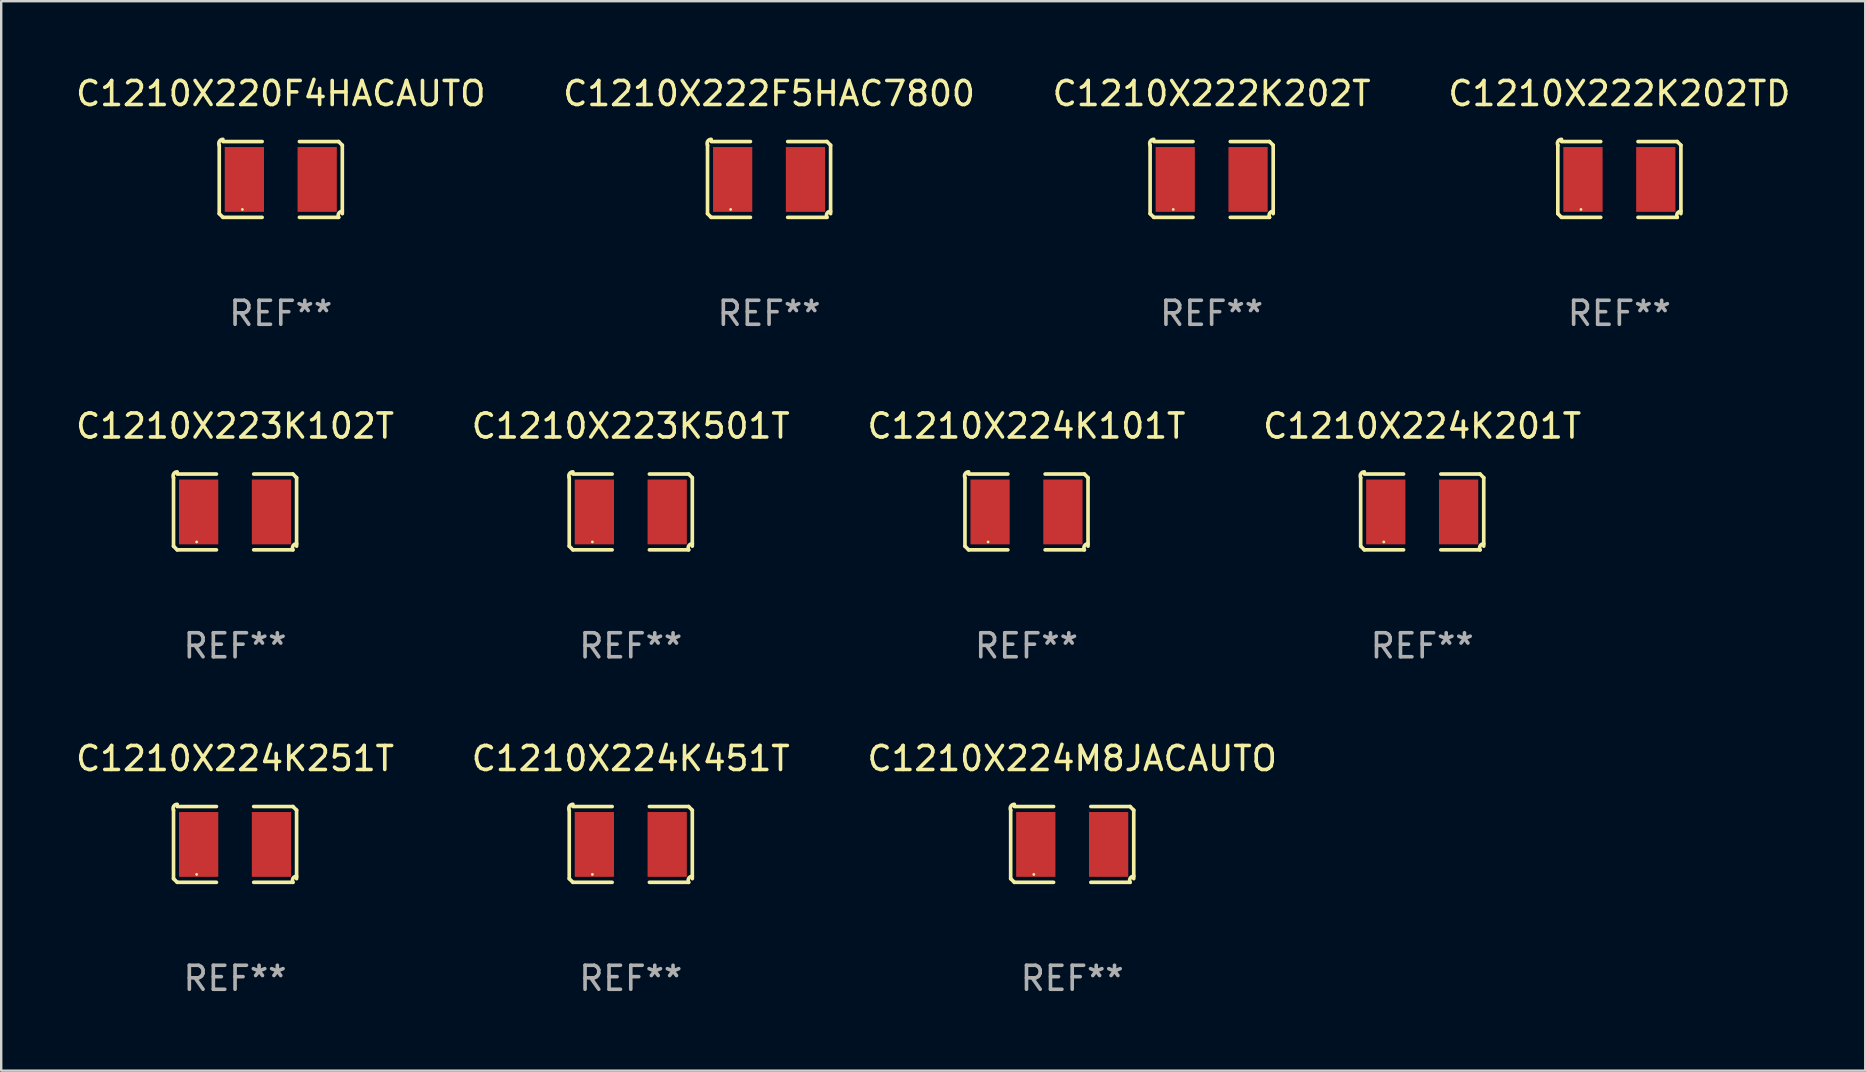
<source format=kicad_pcb>
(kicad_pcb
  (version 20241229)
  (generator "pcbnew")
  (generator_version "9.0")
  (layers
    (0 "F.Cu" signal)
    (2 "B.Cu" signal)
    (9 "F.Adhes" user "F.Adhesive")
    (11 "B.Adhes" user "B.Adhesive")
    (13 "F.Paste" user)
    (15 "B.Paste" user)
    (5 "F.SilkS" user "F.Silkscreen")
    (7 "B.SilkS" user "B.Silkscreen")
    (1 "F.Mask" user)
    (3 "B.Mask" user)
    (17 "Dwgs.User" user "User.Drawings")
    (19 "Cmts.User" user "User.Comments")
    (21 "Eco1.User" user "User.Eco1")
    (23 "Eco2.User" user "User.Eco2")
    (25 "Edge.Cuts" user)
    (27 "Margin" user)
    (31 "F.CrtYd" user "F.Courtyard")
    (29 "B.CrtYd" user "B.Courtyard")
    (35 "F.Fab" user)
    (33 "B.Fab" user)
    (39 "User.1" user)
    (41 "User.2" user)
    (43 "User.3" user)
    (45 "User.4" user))
  (footprint "C1210X223K501T"
    (layer "F.Cu")
    (at 23.232 18.281)
    (property "Reference" "C1210X223K501T" (at 0 -3.579 0) (layer "F.SilkS") (effects (font (size 1 1) (thickness 0.15))))
    (attr through_hole)
    (fp_line (start -2.564 1.426) (end -2.564 -1.426) (stroke (width 0.152) (type solid)) (layer "F.SilkS"))
    (fp_line (start -2.411 -1.579) (end -0.776 -1.579) (stroke (width 0.152) (type solid)) (layer "F.SilkS"))
    (fp_line (start -0.776 1.579) (end -2.411 1.579) (stroke (width 0.152) (type solid)) (layer "F.SilkS"))
    (fp_line (start 0.776 1.579) (end 2.411 1.579) (stroke (width 0.152) (type solid)) (layer "F.SilkS"))
    (fp_line (start 2.411 -1.579) (end 0.776 -1.579) (stroke (width 0.152) (type solid)) (layer "F.SilkS"))
    (fp_line (start 2.564 1.426) (end 2.564 -1.426) (stroke (width 0.152) (type solid)) (layer "F.SilkS"))
    (fp_arc (start -2.563602 -1.426213) (mid -2.555597 -1.591233) (end -2.411201 -1.671518) (stroke (width 0.1524) (type solid)) (layer "F.SilkS"))
    (fp_arc (start -2.5636 1.426214) (mid -2.487389 1.502402) (end -2.411201 1.578613) (stroke (width 0.1524) (type solid)) (layer "F.SilkS"))
    (fp_arc (start 2.411197 -1.578618) (mid 2.487403 -1.502419) (end 2.563602 -1.426213) (stroke (width 0.1524) (type solid)) (layer "F.SilkS"))
    (fp_arc (start 2.411201 1.578613) (mid 2.416214 1.409455) (end 2.563602 1.32629) (stroke (width 0.1524) (type solid)) (layer "F.SilkS"))
    (fp_circle (center -1.6 1.25) (end -1.57 1.25) (stroke (width 0.06) (type solid)) (fill no) (layer "F.SilkS"))
    (fp_text user "REF**" (at 0 5.579 0) (layer "F.Fab") (effects (font (size 1 1) (thickness 0.15))))
    (pad "1" smd rect (at -1.517 0) (size 1.635 2.7) (layers "F.Cu" "F.Mask" "F.Paste"))
    (pad "2" smd rect (at 1.517 0) (size 1.635 2.7) (layers "F.Cu" "F.Mask" "F.Paste")))
  (footprint "C1210X222K202T"
    (layer "F.Cu")
    (at 47.435 4.427)
    (property "Reference" "C1210X222K202T" (at 0 -3.579 0) (layer "F.SilkS") (effects (font (size 1 1) (thickness 0.15))))
    (attr through_hole)
    (fp_line (start -2.564 1.426) (end -2.564 -1.426) (stroke (width 0.152) (type solid)) (layer "F.SilkS"))
    (fp_line (start -2.411 -1.579) (end -0.776 -1.579) (stroke (width 0.152) (type solid)) (layer "F.SilkS"))
    (fp_line (start -0.776 1.579) (end -2.411 1.579) (stroke (width 0.152) (type solid)) (layer "F.SilkS"))
    (fp_line (start 0.776 1.579) (end 2.411 1.579) (stroke (width 0.152) (type solid)) (layer "F.SilkS"))
    (fp_line (start 2.411 -1.579) (end 0.776 -1.579) (stroke (width 0.152) (type solid)) (layer "F.SilkS"))
    (fp_line (start 2.564 1.426) (end 2.564 -1.426) (stroke (width 0.152) (type solid)) (layer "F.SilkS"))
    (fp_arc (start -2.563602 -1.426213) (mid -2.555597 -1.591233) (end -2.411201 -1.671518) (stroke (width 0.1524) (type solid)) (layer "F.SilkS"))
    (fp_arc (start -2.5636 1.426214) (mid -2.487389 1.502402) (end -2.411201 1.578613) (stroke (width 0.1524) (type solid)) (layer "F.SilkS"))
    (fp_arc (start 2.411197 -1.578618) (mid 2.487403 -1.502419) (end 2.563602 -1.426213) (stroke (width 0.1524) (type solid)) (layer "F.SilkS"))
    (fp_arc (start 2.411201 1.578613) (mid 2.416214 1.409455) (end 2.563602 1.32629) (stroke (width 0.1524) (type solid)) (layer "F.SilkS"))
    (fp_circle (center -1.6 1.25) (end -1.57 1.25) (stroke (width 0.06) (type solid)) (fill no) (layer "F.SilkS"))
    (fp_text user "REF**" (at 0 5.579 0) (layer "F.Fab") (effects (font (size 1 1) (thickness 0.15))))
    (pad "1" smd rect (at -1.517 0) (size 1.635 2.7) (layers "F.Cu" "F.Mask" "F.Paste"))
    (pad "2" smd rect (at 1.517 0) (size 1.635 2.7) (layers "F.Cu" "F.Mask" "F.Paste")))
  (footprint "C1210X222K202TD"
    (layer "F.Cu")
    (at 64.423 4.427)
    (property "Reference" "C1210X222K202TD" (at 0 -3.579 0) (layer "F.SilkS") (effects (font (size 1 1) (thickness 0.15))))
    (attr through_hole)
    (fp_line (start -2.564 1.426) (end -2.564 -1.426) (stroke (width 0.152) (type solid)) (layer "F.SilkS"))
    (fp_line (start -2.411 -1.579) (end -0.776 -1.579) (stroke (width 0.152) (type solid)) (layer "F.SilkS"))
    (fp_line (start -0.776 1.579) (end -2.411 1.579) (stroke (width 0.152) (type solid)) (layer "F.SilkS"))
    (fp_line (start 0.776 1.579) (end 2.411 1.579) (stroke (width 0.152) (type solid)) (layer "F.SilkS"))
    (fp_line (start 2.411 -1.579) (end 0.776 -1.579) (stroke (width 0.152) (type solid)) (layer "F.SilkS"))
    (fp_line (start 2.564 1.426) (end 2.564 -1.426) (stroke (width 0.152) (type solid)) (layer "F.SilkS"))
    (fp_arc (start -2.563602 -1.426213) (mid -2.555597 -1.591233) (end -2.411201 -1.671518) (stroke (width 0.1524) (type solid)) (layer "F.SilkS"))
    (fp_arc (start -2.5636 1.426214) (mid -2.487389 1.502402) (end -2.411201 1.578613) (stroke (width 0.1524) (type solid)) (layer "F.SilkS"))
    (fp_arc (start 2.411197 -1.578618) (mid 2.487403 -1.502419) (end 2.563602 -1.426213) (stroke (width 0.1524) (type solid)) (layer "F.SilkS"))
    (fp_arc (start 2.411201 1.578613) (mid 2.416214 1.409455) (end 2.563602 1.32629) (stroke (width 0.1524) (type solid)) (layer "F.SilkS"))
    (fp_circle (center -1.6 1.25) (end -1.57 1.25) (stroke (width 0.06) (type solid)) (fill no) (layer "F.SilkS"))
    (fp_text user "REF**" (at 0 5.579 0) (layer "F.Fab") (effects (font (size 1 1) (thickness 0.15))))
    (pad "1" smd rect (at -1.517 0) (size 1.635 2.7) (layers "F.Cu" "F.Mask" "F.Paste"))
    (pad "2" smd rect (at 1.517 0) (size 1.635 2.7) (layers "F.Cu" "F.Mask" "F.Paste")))
  (footprint "C1210X224M8JACAUTO"
    (layer "F.Cu")
    (at 41.625 32.134)
    (property "Reference" "C1210X224M8JACAUTO" (at 0 -3.579 0) (layer "F.SilkS") (effects (font (size 1 1) (thickness 0.15))))
    (attr through_hole)
    (fp_line (start -2.564 1.426) (end -2.564 -1.426) (stroke (width 0.152) (type solid)) (layer "F.SilkS"))
    (fp_line (start -2.411 -1.579) (end -0.776 -1.579) (stroke (width 0.152) (type solid)) (layer "F.SilkS"))
    (fp_line (start -0.776 1.579) (end -2.411 1.579) (stroke (width 0.152) (type solid)) (layer "F.SilkS"))
    (fp_line (start 0.776 1.579) (end 2.411 1.579) (stroke (width 0.152) (type solid)) (layer "F.SilkS"))
    (fp_line (start 2.411 -1.579) (end 0.776 -1.579) (stroke (width 0.152) (type solid)) (layer "F.SilkS"))
    (fp_line (start 2.564 1.426) (end 2.564 -1.426) (stroke (width 0.152) (type solid)) (layer "F.SilkS"))
    (fp_arc (start -2.563602 -1.426213) (mid -2.555597 -1.591233) (end -2.411201 -1.671518) (stroke (width 0.1524) (type solid)) (layer "F.SilkS"))
    (fp_arc (start -2.5636 1.426214) (mid -2.487389 1.502402) (end -2.411201 1.578613) (stroke (width 0.1524) (type solid)) (layer "F.SilkS"))
    (fp_arc (start 2.411197 -1.578618) (mid 2.487403 -1.502419) (end 2.563602 -1.426213) (stroke (width 0.1524) (type solid)) (layer "F.SilkS"))
    (fp_arc (start 2.411201 1.578613) (mid 2.416214 1.409455) (end 2.563602 1.32629) (stroke (width 0.1524) (type solid)) (layer "F.SilkS"))
    (fp_circle (center -1.6 1.25) (end -1.57 1.25) (stroke (width 0.06) (type solid)) (fill no) (layer "F.SilkS"))
    (fp_text user "REF**" (at 0 5.579 0) (layer "F.Fab") (effects (font (size 1 1) (thickness 0.15))))
    (pad "1" smd rect (at -1.517 0) (size 1.635 2.7) (layers "F.Cu" "F.Mask" "F.Paste"))
    (pad "2" smd rect (at 1.517 0) (size 1.635 2.7) (layers "F.Cu" "F.Mask" "F.Paste")))
  (footprint "C1210X220F4HACAUTO"
    (layer "F.Cu")
    (at 8.649 4.427)
    (property "Reference" "C1210X220F4HACAUTO" (at 0 -3.579 0) (layer "F.SilkS") (effects (font (size 1 1) (thickness 0.15))))
    (attr through_hole)
    (fp_line (start -2.564 1.426) (end -2.564 -1.426) (stroke (width 0.152) (type solid)) (layer "F.SilkS"))
    (fp_line (start -2.411 -1.579) (end -0.776 -1.579) (stroke (width 0.152) (type solid)) (layer "F.SilkS"))
    (fp_line (start -0.776 1.579) (end -2.411 1.579) (stroke (width 0.152) (type solid)) (layer "F.SilkS"))
    (fp_line (start 0.776 1.579) (end 2.411 1.579) (stroke (width 0.152) (type solid)) (layer "F.SilkS"))
    (fp_line (start 2.411 -1.579) (end 0.776 -1.579) (stroke (width 0.152) (type solid)) (layer "F.SilkS"))
    (fp_line (start 2.564 1.426) (end 2.564 -1.426) (stroke (width 0.152) (type solid)) (layer "F.SilkS"))
    (fp_arc (start -2.563602 -1.426213) (mid -2.555597 -1.591233) (end -2.411201 -1.671518) (stroke (width 0.1524) (type solid)) (layer "F.SilkS"))
    (fp_arc (start -2.5636 1.426214) (mid -2.487389 1.502402) (end -2.411201 1.578613) (stroke (width 0.1524) (type solid)) (layer "F.SilkS"))
    (fp_arc (start 2.411197 -1.578618) (mid 2.487403 -1.502419) (end 2.563602 -1.426213) (stroke (width 0.1524) (type solid)) (layer "F.SilkS"))
    (fp_arc (start 2.411201 1.578613) (mid 2.416214 1.409455) (end 2.563602 1.32629) (stroke (width 0.1524) (type solid)) (layer "F.SilkS"))
    (fp_circle (center -1.6 1.25) (end -1.57 1.25) (stroke (width 0.06) (type solid)) (fill no) (layer "F.SilkS"))
    (fp_text user "REF**" (at 0 5.579 0) (layer "F.Fab") (effects (font (size 1 1) (thickness 0.15))))
    (pad "1" smd rect (at -1.517 0) (size 1.635 2.7) (layers "F.Cu" "F.Mask" "F.Paste"))
    (pad "2" smd rect (at 1.517 0) (size 1.635 2.7) (layers "F.Cu" "F.Mask" "F.Paste")))
  (footprint "C1210X224K251T"
    (layer "F.Cu")
    (at 6.744 32.134)
    (property "Reference" "C1210X224K251T" (at 0 -3.579 0) (layer "F.SilkS") (effects (font (size 1 1) (thickness 0.15))))
    (attr through_hole)
    (fp_line (start -2.564 1.426) (end -2.564 -1.426) (stroke (width 0.152) (type solid)) (layer "F.SilkS"))
    (fp_line (start -2.411 -1.579) (end -0.776 -1.579) (stroke (width 0.152) (type solid)) (layer "F.SilkS"))
    (fp_line (start -0.776 1.579) (end -2.411 1.579) (stroke (width 0.152) (type solid)) (layer "F.SilkS"))
    (fp_line (start 0.776 1.579) (end 2.411 1.579) (stroke (width 0.152) (type solid)) (layer "F.SilkS"))
    (fp_line (start 2.411 -1.579) (end 0.776 -1.579) (stroke (width 0.152) (type solid)) (layer "F.SilkS"))
    (fp_line (start 2.564 1.426) (end 2.564 -1.426) (stroke (width 0.152) (type solid)) (layer "F.SilkS"))
    (fp_arc (start -2.563602 -1.426213) (mid -2.555597 -1.591233) (end -2.411201 -1.671518) (stroke (width 0.1524) (type solid)) (layer "F.SilkS"))
    (fp_arc (start -2.5636 1.426214) (mid -2.487389 1.502402) (end -2.411201 1.578613) (stroke (width 0.1524) (type solid)) (layer "F.SilkS"))
    (fp_arc (start 2.411197 -1.578618) (mid 2.487403 -1.502419) (end 2.563602 -1.426213) (stroke (width 0.1524) (type solid)) (layer "F.SilkS"))
    (fp_arc (start 2.411201 1.578613) (mid 2.416214 1.409455) (end 2.563602 1.32629) (stroke (width 0.1524) (type solid)) (layer "F.SilkS"))
    (fp_circle (center -1.6 1.25) (end -1.57 1.25) (stroke (width 0.06) (type solid)) (fill no) (layer "F.SilkS"))
    (fp_text user "REF**" (at 0 5.579 0) (layer "F.Fab") (effects (font (size 1 1) (thickness 0.15))))
    (pad "1" smd rect (at -1.517 0) (size 1.635 2.7) (layers "F.Cu" "F.Mask" "F.Paste"))
    (pad "2" smd rect (at 1.517 0) (size 1.635 2.7) (layers "F.Cu" "F.Mask" "F.Paste")))
  (footprint "C1210X223K102T"
    (layer "F.Cu")
    (at 6.744 18.281)
    (property "Reference" "C1210X223K102T" (at 0 -3.579 0) (layer "F.SilkS") (effects (font (size 1 1) (thickness 0.15))))
    (attr through_hole)
    (fp_line (start -2.564 1.426) (end -2.564 -1.426) (stroke (width 0.152) (type solid)) (layer "F.SilkS"))
    (fp_line (start -2.411 -1.579) (end -0.776 -1.579) (stroke (width 0.152) (type solid)) (layer "F.SilkS"))
    (fp_line (start -0.776 1.579) (end -2.411 1.579) (stroke (width 0.152) (type solid)) (layer "F.SilkS"))
    (fp_line (start 0.776 1.579) (end 2.411 1.579) (stroke (width 0.152) (type solid)) (layer "F.SilkS"))
    (fp_line (start 2.411 -1.579) (end 0.776 -1.579) (stroke (width 0.152) (type solid)) (layer "F.SilkS"))
    (fp_line (start 2.564 1.426) (end 2.564 -1.426) (stroke (width 0.152) (type solid)) (layer "F.SilkS"))
    (fp_arc (start -2.563602 -1.426213) (mid -2.555597 -1.591233) (end -2.411201 -1.671518) (stroke (width 0.1524) (type solid)) (layer "F.SilkS"))
    (fp_arc (start -2.5636 1.426214) (mid -2.487389 1.502402) (end -2.411201 1.578613) (stroke (width 0.1524) (type solid)) (layer "F.SilkS"))
    (fp_arc (start 2.411197 -1.578618) (mid 2.487403 -1.502419) (end 2.563602 -1.426213) (stroke (width 0.1524) (type solid)) (layer "F.SilkS"))
    (fp_arc (start 2.411201 1.578613) (mid 2.416214 1.409455) (end 2.563602 1.32629) (stroke (width 0.1524) (type solid)) (layer "F.SilkS"))
    (fp_circle (center -1.6 1.25) (end -1.57 1.25) (stroke (width 0.06) (type solid)) (fill no) (layer "F.SilkS"))
    (fp_text user "REF**" (at 0 5.579 0) (layer "F.Fab") (effects (font (size 1 1) (thickness 0.15))))
    (pad "1" smd rect (at -1.517 0) (size 1.635 2.7) (layers "F.Cu" "F.Mask" "F.Paste"))
    (pad "2" smd rect (at 1.517 0) (size 1.635 2.7) (layers "F.Cu" "F.Mask" "F.Paste")))
  (footprint "C1210X224K451T"
    (layer "F.Cu")
    (at 23.232 32.134)
    (property "Reference" "C1210X224K451T" (at 0 -3.579 0) (layer "F.SilkS") (effects (font (size 1 1) (thickness 0.15))))
    (attr through_hole)
    (fp_line (start -2.564 1.426) (end -2.564 -1.426) (stroke (width 0.152) (type solid)) (layer "F.SilkS"))
    (fp_line (start -2.411 -1.579) (end -0.776 -1.579) (stroke (width 0.152) (type solid)) (layer "F.SilkS"))
    (fp_line (start -0.776 1.579) (end -2.411 1.579) (stroke (width 0.152) (type solid)) (layer "F.SilkS"))
    (fp_line (start 0.776 1.579) (end 2.411 1.579) (stroke (width 0.152) (type solid)) (layer "F.SilkS"))
    (fp_line (start 2.411 -1.579) (end 0.776 -1.579) (stroke (width 0.152) (type solid)) (layer "F.SilkS"))
    (fp_line (start 2.564 1.426) (end 2.564 -1.426) (stroke (width 0.152) (type solid)) (layer "F.SilkS"))
    (fp_arc (start -2.563602 -1.426213) (mid -2.555597 -1.591233) (end -2.411201 -1.671518) (stroke (width 0.1524) (type solid)) (layer "F.SilkS"))
    (fp_arc (start -2.5636 1.426214) (mid -2.487389 1.502402) (end -2.411201 1.578613) (stroke (width 0.1524) (type solid)) (layer "F.SilkS"))
    (fp_arc (start 2.411197 -1.578618) (mid 2.487403 -1.502419) (end 2.563602 -1.426213) (stroke (width 0.1524) (type solid)) (layer "F.SilkS"))
    (fp_arc (start 2.411201 1.578613) (mid 2.416214 1.409455) (end 2.563602 1.32629) (stroke (width 0.1524) (type solid)) (layer "F.SilkS"))
    (fp_circle (center -1.6 1.25) (end -1.57 1.25) (stroke (width 0.06) (type solid)) (fill no) (layer "F.SilkS"))
    (fp_text user "REF**" (at 0 5.579 0) (layer "F.Fab") (effects (font (size 1 1) (thickness 0.15))))
    (pad "1" smd rect (at -1.517 0) (size 1.635 2.7) (layers "F.Cu" "F.Mask" "F.Paste"))
    (pad "2" smd rect (at 1.517 0) (size 1.635 2.7) (layers "F.Cu" "F.Mask" "F.Paste")))
  (footprint "C1210X222F5HAC7800"
    (layer "F.Cu")
    (at 28.994 4.427)
    (property "Reference" "C1210X222F5HAC7800" (at 0 -3.579 0) (layer "F.SilkS") (effects (font (size 1 1) (thickness 0.15))))
    (attr through_hole)
    (fp_line (start -2.564 1.426) (end -2.564 -1.426) (stroke (width 0.152) (type solid)) (layer "F.SilkS"))
    (fp_line (start -2.411 -1.579) (end -0.776 -1.579) (stroke (width 0.152) (type solid)) (layer "F.SilkS"))
    (fp_line (start -0.776 1.579) (end -2.411 1.579) (stroke (width 0.152) (type solid)) (layer "F.SilkS"))
    (fp_line (start 0.776 1.579) (end 2.411 1.579) (stroke (width 0.152) (type solid)) (layer "F.SilkS"))
    (fp_line (start 2.411 -1.579) (end 0.776 -1.579) (stroke (width 0.152) (type solid)) (layer "F.SilkS"))
    (fp_line (start 2.564 1.426) (end 2.564 -1.426) (stroke (width 0.152) (type solid)) (layer "F.SilkS"))
    (fp_arc (start -2.563602 -1.426213) (mid -2.555597 -1.591233) (end -2.411201 -1.671518) (stroke (width 0.1524) (type solid)) (layer "F.SilkS"))
    (fp_arc (start -2.5636 1.426214) (mid -2.487389 1.502402) (end -2.411201 1.578613) (stroke (width 0.1524) (type solid)) (layer "F.SilkS"))
    (fp_arc (start 2.411197 -1.578618) (mid 2.487403 -1.502419) (end 2.563602 -1.426213) (stroke (width 0.1524) (type solid)) (layer "F.SilkS"))
    (fp_arc (start 2.411201 1.578613) (mid 2.416214 1.409455) (end 2.563602 1.32629) (stroke (width 0.1524) (type solid)) (layer "F.SilkS"))
    (fp_circle (center -1.6 1.25) (end -1.57 1.25) (stroke (width 0.06) (type solid)) (fill no) (layer "F.SilkS"))
    (fp_text user "REF**" (at 0 5.579 0) (layer "F.Fab") (effects (font (size 1 1) (thickness 0.15))))
    (pad "1" smd rect (at -1.517 0) (size 1.635 2.7) (layers "F.Cu" "F.Mask" "F.Paste"))
    (pad "2" smd rect (at 1.517 0) (size 1.635 2.7) (layers "F.Cu" "F.Mask" "F.Paste")))
  (footprint "C1210X224K201T"
    (layer "F.Cu")
    (at 56.208 18.281)
    (property "Reference" "C1210X224K201T" (at 0 -3.579 0) (layer "F.SilkS") (effects (font (size 1 1) (thickness 0.15))))
    (attr through_hole)
    (fp_line (start -2.564 1.426) (end -2.564 -1.426) (stroke (width 0.152) (type solid)) (layer "F.SilkS"))
    (fp_line (start -2.411 -1.579) (end -0.776 -1.579) (stroke (width 0.152) (type solid)) (layer "F.SilkS"))
    (fp_line (start -0.776 1.579) (end -2.411 1.579) (stroke (width 0.152) (type solid)) (layer "F.SilkS"))
    (fp_line (start 0.776 1.579) (end 2.411 1.579) (stroke (width 0.152) (type solid)) (layer "F.SilkS"))
    (fp_line (start 2.411 -1.579) (end 0.776 -1.579) (stroke (width 0.152) (type solid)) (layer "F.SilkS"))
    (fp_line (start 2.564 1.426) (end 2.564 -1.426) (stroke (width 0.152) (type solid)) (layer "F.SilkS"))
    (fp_arc (start -2.563602 -1.426213) (mid -2.555597 -1.591233) (end -2.411201 -1.671518) (stroke (width 0.1524) (type solid)) (layer "F.SilkS"))
    (fp_arc (start -2.5636 1.426214) (mid -2.487389 1.502402) (end -2.411201 1.578613) (stroke (width 0.1524) (type solid)) (layer "F.SilkS"))
    (fp_arc (start 2.411197 -1.578618) (mid 2.487403 -1.502419) (end 2.563602 -1.426213) (stroke (width 0.1524) (type solid)) (layer "F.SilkS"))
    (fp_arc (start 2.411201 1.578613) (mid 2.416214 1.409455) (end 2.563602 1.32629) (stroke (width 0.1524) (type solid)) (layer "F.SilkS"))
    (fp_circle (center -1.6 1.25) (end -1.57 1.25) (stroke (width 0.06) (type solid)) (fill no) (layer "F.SilkS"))
    (fp_text user "REF**" (at 0 5.579 0) (layer "F.Fab") (effects (font (size 1 1) (thickness 0.15))))
    (pad "1" smd rect (at -1.517 0) (size 1.635 2.7) (layers "F.Cu" "F.Mask" "F.Paste"))
    (pad "2" smd rect (at 1.517 0) (size 1.635 2.7) (layers "F.Cu" "F.Mask" "F.Paste")))
  (footprint "C1210X224K101T"
    (layer "F.Cu")
    (at 39.72 18.281)
    (property "Reference" "C1210X224K101T" (at 0 -3.579 0) (layer "F.SilkS") (effects (font (size 1 1) (thickness 0.15))))
    (attr through_hole)
    (fp_line (start -2.564 1.426) (end -2.564 -1.426) (stroke (width 0.152) (type solid)) (layer "F.SilkS"))
    (fp_line (start -2.411 -1.579) (end -0.776 -1.579) (stroke (width 0.152) (type solid)) (layer "F.SilkS"))
    (fp_line (start -0.776 1.579) (end -2.411 1.579) (stroke (width 0.152) (type solid)) (layer "F.SilkS"))
    (fp_line (start 0.776 1.579) (end 2.411 1.579) (stroke (width 0.152) (type solid)) (layer "F.SilkS"))
    (fp_line (start 2.411 -1.579) (end 0.776 -1.579) (stroke (width 0.152) (type solid)) (layer "F.SilkS"))
    (fp_line (start 2.564 1.426) (end 2.564 -1.426) (stroke (width 0.152) (type solid)) (layer "F.SilkS"))
    (fp_arc (start -2.563602 -1.426213) (mid -2.555597 -1.591233) (end -2.411201 -1.671518) (stroke (width 0.1524) (type solid)) (layer "F.SilkS"))
    (fp_arc (start -2.5636 1.426214) (mid -2.487389 1.502402) (end -2.411201 1.578613) (stroke (width 0.1524) (type solid)) (layer "F.SilkS"))
    (fp_arc (start 2.411197 -1.578618) (mid 2.487403 -1.502419) (end 2.563602 -1.426213) (stroke (width 0.1524) (type solid)) (layer "F.SilkS"))
    (fp_arc (start 2.411201 1.578613) (mid 2.416214 1.409455) (end 2.563602 1.32629) (stroke (width 0.1524) (type solid)) (layer "F.SilkS"))
    (fp_circle (center -1.6 1.25) (end -1.57 1.25) (stroke (width 0.06) (type solid)) (fill no) (layer "F.SilkS"))
    (fp_text user "REF**" (at 0 5.579 0) (layer "F.Fab") (effects (font (size 1 1) (thickness 0.15))))
    (pad "1" smd rect (at -1.517 0) (size 1.635 2.7) (layers "F.Cu" "F.Mask" "F.Paste"))
    (pad "2" smd rect (at 1.517 0) (size 1.635 2.7) (layers "F.Cu" "F.Mask" "F.Paste")))
  (gr_rect
    (start -3 -3)
    (end 74.667 41.561)
    (stroke (width 0.1) (type default))
    (fill no)
    (layer "Edge.Cuts")))
</source>
